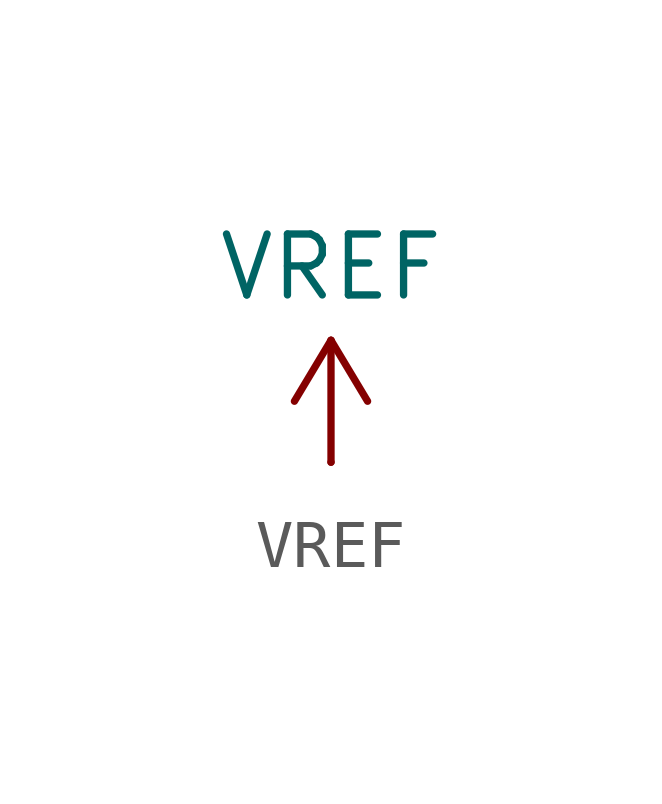
<source format=kicad_sym>
(kicad_symbol_lib
  (version 20231120)
  (generator "kicad_symbol_editor")
  (generator_version "8.0")
  (symbol "VREF"
    (power)
    (pin_numbers hide)
    (pin_names
      (offset 0) hide)
    (property "Reference" "#PWR"
      (at 0 -3.81 0)
      (do_not_autoplace)
      (effects (font (size 1.27 1.27)) (hide yes)))
    (property "Value" "VREF"
      (at 0 4.064 0)
      (do_not_autoplace)
      (effects (font (size 1.27 1.27))))
    (symbol "VREF_0_1"
      (polyline (pts (xy -0.762 1.27) (xy 0 2.54)) (stroke (width 0) (type default)) (fill (type none)))
      (polyline (pts (xy 0 0) (xy 0 2.54)) (stroke (width 0) (type default)) (fill (type none)))
      (polyline (pts (xy 0 2.54) (xy 0.762 1.27)) (stroke (width 0) (type default)) (fill (type none))))
    (symbol "VREF_1_1"
      (pin power_in line (at 0 0 90) (length 0) (name "~" (effects (font (size 1.27 1.27)))) (number "1" (effects (font (size 1.27 1.27))))))))
</source>
